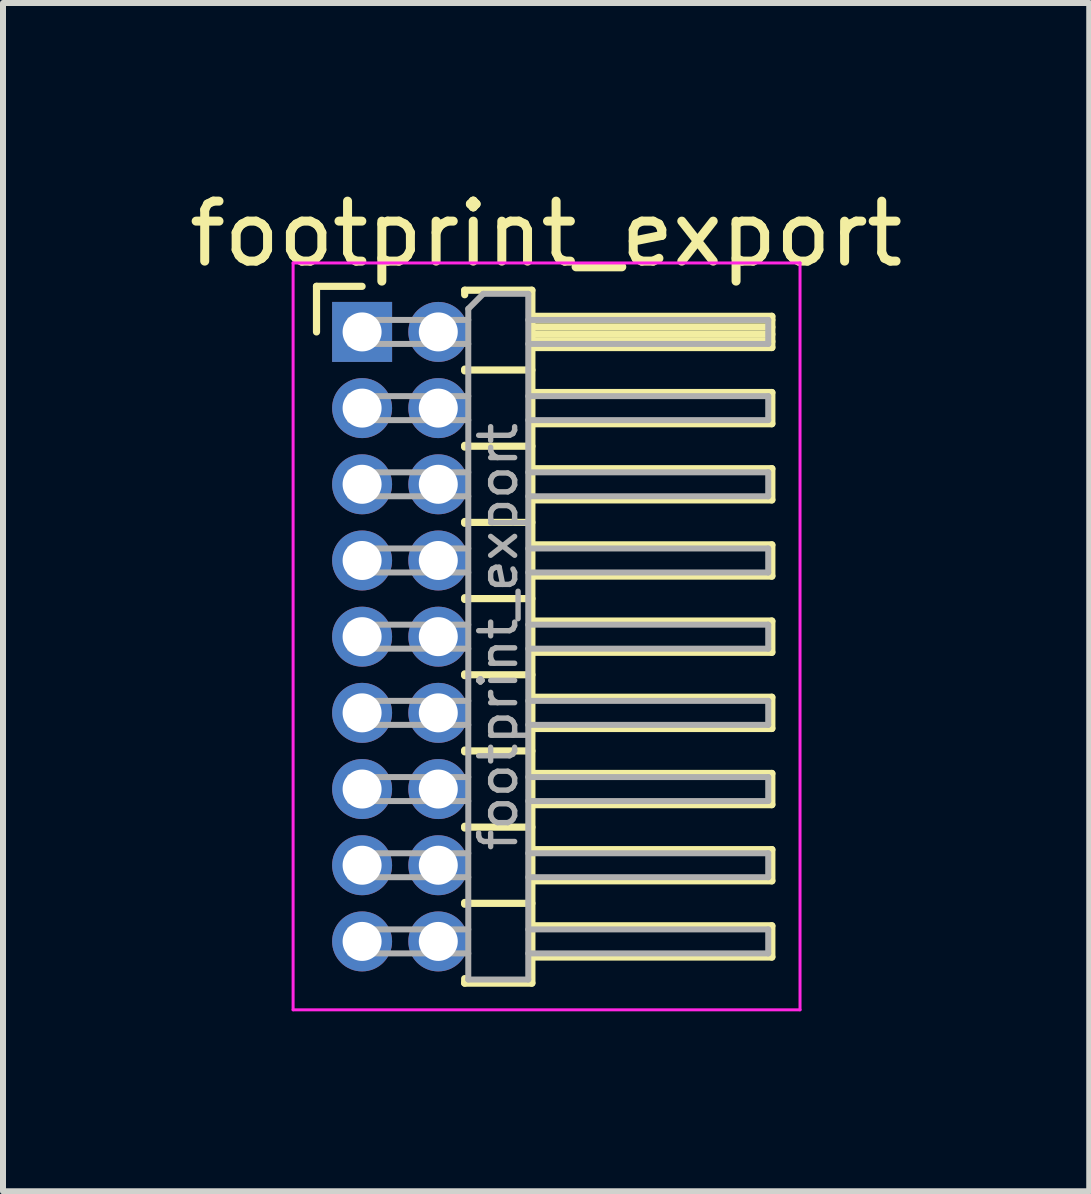
<source format=kicad_pcb>
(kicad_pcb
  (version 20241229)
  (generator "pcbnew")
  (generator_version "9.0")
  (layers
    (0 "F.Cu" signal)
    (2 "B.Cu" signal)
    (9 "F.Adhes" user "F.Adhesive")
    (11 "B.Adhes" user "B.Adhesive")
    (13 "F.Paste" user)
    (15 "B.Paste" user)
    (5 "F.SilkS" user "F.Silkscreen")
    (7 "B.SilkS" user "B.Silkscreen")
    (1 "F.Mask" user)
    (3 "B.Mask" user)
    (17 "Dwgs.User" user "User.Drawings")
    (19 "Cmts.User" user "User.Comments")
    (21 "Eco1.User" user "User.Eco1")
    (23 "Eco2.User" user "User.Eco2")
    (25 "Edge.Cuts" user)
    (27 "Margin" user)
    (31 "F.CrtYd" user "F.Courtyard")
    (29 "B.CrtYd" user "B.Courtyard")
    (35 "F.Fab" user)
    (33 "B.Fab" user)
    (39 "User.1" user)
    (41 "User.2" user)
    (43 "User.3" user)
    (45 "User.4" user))
  (footprint "footprint_export"
    (layer "F.Cu")
    (at 2.986 2.483)
    (property "Reference" "footprint_export" (at 3.067 -1.635 0) (layer "F.SilkS") (effects (font (size 1 1) (thickness 0.15))))
    (attr through_hole)
    (fp_line (start -0.76 -0.76) (end 0 -0.76) (stroke (width 0.12) (type solid)) (layer "F.SilkS"))
    (fp_line (start -0.76 0) (end -0.76 -0.76) (stroke (width 0.12) (type solid)) (layer "F.SilkS"))
    (fp_line (start 1.71 -0.695) (end 2.83 -0.695) (stroke (width 0.12) (type solid)) (layer "F.SilkS"))
    (fp_line (start 1.71 -0.62) (end 1.71 -0.695) (stroke (width 0.12) (type solid)) (layer "F.SilkS"))
    (fp_line (start 1.71 0.62) (end 1.71 0.65) (stroke (width 0.12) (type solid)) (layer "F.SilkS"))
    (fp_line (start 1.71 0.635) (end 2.83 0.635) (stroke (width 0.12) (type solid)) (layer "F.SilkS"))
    (fp_line (start 1.71 1.89) (end 1.71 1.92) (stroke (width 0.12) (type solid)) (layer "F.SilkS"))
    (fp_line (start 1.71 1.905) (end 2.83 1.905) (stroke (width 0.12) (type solid)) (layer "F.SilkS"))
    (fp_line (start 1.71 3.16) (end 1.71 3.19) (stroke (width 0.12) (type solid)) (layer "F.SilkS"))
    (fp_line (start 1.71 3.175) (end 2.83 3.175) (stroke (width 0.12) (type solid)) (layer "F.SilkS"))
    (fp_line (start 1.71 4.43) (end 1.71 4.46) (stroke (width 0.12) (type solid)) (layer "F.SilkS"))
    (fp_line (start 1.71 4.445) (end 2.83 4.445) (stroke (width 0.12) (type solid)) (layer "F.SilkS"))
    (fp_line (start 1.71 5.7) (end 1.71 5.73) (stroke (width 0.12) (type solid)) (layer "F.SilkS"))
    (fp_line (start 1.71 5.715) (end 2.83 5.715) (stroke (width 0.12) (type solid)) (layer "F.SilkS"))
    (fp_line (start 1.71 6.97) (end 1.71 7) (stroke (width 0.12) (type solid)) (layer "F.SilkS"))
    (fp_line (start 1.71 6.985) (end 2.83 6.985) (stroke (width 0.12) (type solid)) (layer "F.SilkS"))
    (fp_line (start 1.71 8.24) (end 1.71 8.27) (stroke (width 0.12) (type solid)) (layer "F.SilkS"))
    (fp_line (start 1.71 8.255) (end 2.83 8.255) (stroke (width 0.12) (type solid)) (layer "F.SilkS"))
    (fp_line (start 1.71 9.51) (end 1.71 9.54) (stroke (width 0.12) (type solid)) (layer "F.SilkS"))
    (fp_line (start 1.71 9.525) (end 2.83 9.525) (stroke (width 0.12) (type solid)) (layer "F.SilkS"))
    (fp_line (start 1.71 10.855) (end 1.71 10.78) (stroke (width 0.12) (type solid)) (layer "F.SilkS"))
    (fp_line (start 2.83 -0.695) (end 2.83 10.855) (stroke (width 0.12) (type solid)) (layer "F.SilkS"))
    (fp_line (start 2.83 -0.26) (end 6.83 -0.26) (stroke (width 0.12) (type solid)) (layer "F.SilkS"))
    (fp_line (start 2.83 -0.2) (end 6.83 -0.2) (stroke (width 0.12) (type solid)) (layer "F.SilkS"))
    (fp_line (start 2.83 -0.08) (end 6.83 -0.08) (stroke (width 0.12) (type solid)) (layer "F.SilkS"))
    (fp_line (start 2.83 0.04) (end 6.83 0.04) (stroke (width 0.12) (type solid)) (layer "F.SilkS"))
    (fp_line (start 2.83 0.16) (end 6.83 0.16) (stroke (width 0.12) (type solid)) (layer "F.SilkS"))
    (fp_line (start 2.83 1.01) (end 6.83 1.01) (stroke (width 0.12) (type solid)) (layer "F.SilkS"))
    (fp_line (start 2.83 2.28) (end 6.83 2.28) (stroke (width 0.12) (type solid)) (layer "F.SilkS"))
    (fp_line (start 2.83 3.55) (end 6.83 3.55) (stroke (width 0.12) (type solid)) (layer "F.SilkS"))
    (fp_line (start 2.83 4.82) (end 6.83 4.82) (stroke (width 0.12) (type solid)) (layer "F.SilkS"))
    (fp_line (start 2.83 6.09) (end 6.83 6.09) (stroke (width 0.12) (type solid)) (layer "F.SilkS"))
    (fp_line (start 2.83 7.36) (end 6.83 7.36) (stroke (width 0.12) (type solid)) (layer "F.SilkS"))
    (fp_line (start 2.83 8.63) (end 6.83 8.63) (stroke (width 0.12) (type solid)) (layer "F.SilkS"))
    (fp_line (start 2.83 9.9) (end 6.83 9.9) (stroke (width 0.12) (type solid)) (layer "F.SilkS"))
    (fp_line (start 2.83 10.855) (end 1.71 10.855) (stroke (width 0.12) (type solid)) (layer "F.SilkS"))
    (fp_line (start 6.83 -0.26) (end 6.83 0.26) (stroke (width 0.12) (type solid)) (layer "F.SilkS"))
    (fp_line (start 6.83 0.26) (end 2.83 0.26) (stroke (width 0.12) (type solid)) (layer "F.SilkS"))
    (fp_line (start 6.83 1.01) (end 6.83 1.53) (stroke (width 0.12) (type solid)) (layer "F.SilkS"))
    (fp_line (start 6.83 1.53) (end 2.83 1.53) (stroke (width 0.12) (type solid)) (layer "F.SilkS"))
    (fp_line (start 6.83 2.28) (end 6.83 2.8) (stroke (width 0.12) (type solid)) (layer "F.SilkS"))
    (fp_line (start 6.83 2.8) (end 2.83 2.8) (stroke (width 0.12) (type solid)) (layer "F.SilkS"))
    (fp_line (start 6.83 3.55) (end 6.83 4.07) (stroke (width 0.12) (type solid)) (layer "F.SilkS"))
    (fp_line (start 6.83 4.07) (end 2.83 4.07) (stroke (width 0.12) (type solid)) (layer "F.SilkS"))
    (fp_line (start 6.83 4.82) (end 6.83 5.34) (stroke (width 0.12) (type solid)) (layer "F.SilkS"))
    (fp_line (start 6.83 5.34) (end 2.83 5.34) (stroke (width 0.12) (type solid)) (layer "F.SilkS"))
    (fp_line (start 6.83 6.09) (end 6.83 6.61) (stroke (width 0.12) (type solid)) (layer "F.SilkS"))
    (fp_line (start 6.83 6.61) (end 2.83 6.61) (stroke (width 0.12) (type solid)) (layer "F.SilkS"))
    (fp_line (start 6.83 7.36) (end 6.83 7.88) (stroke (width 0.12) (type solid)) (layer "F.SilkS"))
    (fp_line (start 6.83 7.88) (end 2.83 7.88) (stroke (width 0.12) (type solid)) (layer "F.SilkS"))
    (fp_line (start 6.83 8.63) (end 6.83 9.15) (stroke (width 0.12) (type solid)) (layer "F.SilkS"))
    (fp_line (start 6.83 9.15) (end 2.83 9.15) (stroke (width 0.12) (type solid)) (layer "F.SilkS"))
    (fp_line (start 6.83 9.9) (end 6.83 10.42) (stroke (width 0.12) (type solid)) (layer "F.SilkS"))
    (fp_line (start 6.83 10.42) (end 2.83 10.42) (stroke (width 0.12) (type solid)) (layer "F.SilkS"))
    (fp_line (start -1.15 -1.15) (end -1.15 11.3) (stroke (width 0.05) (type solid)) (layer "F.CrtYd"))
    (fp_line (start -1.15 11.3) (end 7.3 11.3) (stroke (width 0.05) (type solid)) (layer "F.CrtYd"))
    (fp_line (start 7.3 -1.15) (end -1.15 -1.15) (stroke (width 0.05) (type solid)) (layer "F.CrtYd"))
    (fp_line (start 7.3 11.3) (end 7.3 -1.15) (stroke (width 0.05) (type solid)) (layer "F.CrtYd"))
    (fp_line (start -0.2 -0.2) (end -0.2 0.2) (stroke (width 0.1) (type solid)) (layer "F.Fab"))
    (fp_line (start -0.2 -0.2) (end 1.77 -0.2) (stroke (width 0.1) (type solid)) (layer "F.Fab"))
    (fp_line (start -0.2 0.2) (end 1.77 0.2) (stroke (width 0.1) (type solid)) (layer "F.Fab"))
    (fp_line (start -0.2 1.07) (end -0.2 1.47) (stroke (width 0.1) (type solid)) (layer "F.Fab"))
    (fp_line (start -0.2 1.07) (end 1.77 1.07) (stroke (width 0.1) (type solid)) (layer "F.Fab"))
    (fp_line (start -0.2 1.47) (end 1.77 1.47) (stroke (width 0.1) (type solid)) (layer "F.Fab"))
    (fp_line (start -0.2 2.34) (end -0.2 2.74) (stroke (width 0.1) (type solid)) (layer "F.Fab"))
    (fp_line (start -0.2 2.34) (end 1.77 2.34) (stroke (width 0.1) (type solid)) (layer "F.Fab"))
    (fp_line (start -0.2 2.74) (end 1.77 2.74) (stroke (width 0.1) (type solid)) (layer "F.Fab"))
    (fp_line (start -0.2 3.61) (end -0.2 4.01) (stroke (width 0.1) (type solid)) (layer "F.Fab"))
    (fp_line (start -0.2 3.61) (end 1.77 3.61) (stroke (width 0.1) (type solid)) (layer "F.Fab"))
    (fp_line (start -0.2 4.01) (end 1.77 4.01) (stroke (width 0.1) (type solid)) (layer "F.Fab"))
    (fp_line (start -0.2 4.88) (end -0.2 5.28) (stroke (width 0.1) (type solid)) (layer "F.Fab"))
    (fp_line (start -0.2 4.88) (end 1.77 4.88) (stroke (width 0.1) (type solid)) (layer "F.Fab"))
    (fp_line (start -0.2 5.28) (end 1.77 5.28) (stroke (width 0.1) (type solid)) (layer "F.Fab"))
    (fp_line (start -0.2 6.15) (end -0.2 6.55) (stroke (width 0.1) (type solid)) (layer "F.Fab"))
    (fp_line (start -0.2 6.15) (end 1.77 6.15) (stroke (width 0.1) (type solid)) (layer "F.Fab"))
    (fp_line (start -0.2 6.55) (end 1.77 6.55) (stroke (width 0.1) (type solid)) (layer "F.Fab"))
    (fp_line (start -0.2 7.42) (end -0.2 7.82) (stroke (width 0.1) (type solid)) (layer "F.Fab"))
    (fp_line (start -0.2 7.42) (end 1.77 7.42) (stroke (width 0.1) (type solid)) (layer "F.Fab"))
    (fp_line (start -0.2 7.82) (end 1.77 7.82) (stroke (width 0.1) (type solid)) (layer "F.Fab"))
    (fp_line (start -0.2 8.69) (end -0.2 9.09) (stroke (width 0.1) (type solid)) (layer "F.Fab"))
    (fp_line (start -0.2 8.69) (end 1.77 8.69) (stroke (width 0.1) (type solid)) (layer "F.Fab"))
    (fp_line (start -0.2 9.09) (end 1.77 9.09) (stroke (width 0.1) (type solid)) (layer "F.Fab"))
    (fp_line (start -0.2 9.96) (end -0.2 10.36) (stroke (width 0.1) (type solid)) (layer "F.Fab"))
    (fp_line (start -0.2 9.96) (end 1.77 9.96) (stroke (width 0.1) (type solid)) (layer "F.Fab"))
    (fp_line (start -0.2 10.36) (end 1.77 10.36) (stroke (width 0.1) (type solid)) (layer "F.Fab"))
    (fp_line (start 1.77 -0.385) (end 2.02 -0.635) (stroke (width 0.1) (type solid)) (layer "F.Fab"))
    (fp_line (start 1.77 10.795) (end 1.77 -0.385) (stroke (width 0.1) (type solid)) (layer "F.Fab"))
    (fp_line (start 2.02 -0.635) (end 2.77 -0.635) (stroke (width 0.1) (type solid)) (layer "F.Fab"))
    (fp_line (start 2.77 -0.635) (end 2.77 10.795) (stroke (width 0.1) (type solid)) (layer "F.Fab"))
    (fp_line (start 2.77 -0.2) (end 6.77 -0.2) (stroke (width 0.1) (type solid)) (layer "F.Fab"))
    (fp_line (start 2.77 0.2) (end 6.77 0.2) (stroke (width 0.1) (type solid)) (layer "F.Fab"))
    (fp_line (start 2.77 1.07) (end 6.77 1.07) (stroke (width 0.1) (type solid)) (layer "F.Fab"))
    (fp_line (start 2.77 1.47) (end 6.77 1.47) (stroke (width 0.1) (type solid)) (layer "F.Fab"))
    (fp_line (start 2.77 2.34) (end 6.77 2.34) (stroke (width 0.1) (type solid)) (layer "F.Fab"))
    (fp_line (start 2.77 2.74) (end 6.77 2.74) (stroke (width 0.1) (type solid)) (layer "F.Fab"))
    (fp_line (start 2.77 3.61) (end 6.77 3.61) (stroke (width 0.1) (type solid)) (layer "F.Fab"))
    (fp_line (start 2.77 4.01) (end 6.77 4.01) (stroke (width 0.1) (type solid)) (layer "F.Fab"))
    (fp_line (start 2.77 4.88) (end 6.77 4.88) (stroke (width 0.1) (type solid)) (layer "F.Fab"))
    (fp_line (start 2.77 5.28) (end 6.77 5.28) (stroke (width 0.1) (type solid)) (layer "F.Fab"))
    (fp_line (start 2.77 6.15) (end 6.77 6.15) (stroke (width 0.1) (type solid)) (layer "F.Fab"))
    (fp_line (start 2.77 6.55) (end 6.77 6.55) (stroke (width 0.1) (type solid)) (layer "F.Fab"))
    (fp_line (start 2.77 7.42) (end 6.77 7.42) (stroke (width 0.1) (type solid)) (layer "F.Fab"))
    (fp_line (start 2.77 7.82) (end 6.77 7.82) (stroke (width 0.1) (type solid)) (layer "F.Fab"))
    (fp_line (start 2.77 8.69) (end 6.77 8.69) (stroke (width 0.1) (type solid)) (layer "F.Fab"))
    (fp_line (start 2.77 9.09) (end 6.77 9.09) (stroke (width 0.1) (type solid)) (layer "F.Fab"))
    (fp_line (start 2.77 9.96) (end 6.77 9.96) (stroke (width 0.1) (type solid)) (layer "F.Fab"))
    (fp_line (start 2.77 10.36) (end 6.77 10.36) (stroke (width 0.1) (type solid)) (layer "F.Fab"))
    (fp_line (start 2.77 10.795) (end 1.77 10.795) (stroke (width 0.1) (type solid)) (layer "F.Fab"))
    (fp_line (start 6.77 -0.2) (end 6.77 0.2) (stroke (width 0.1) (type solid)) (layer "F.Fab"))
    (fp_line (start 6.77 1.07) (end 6.77 1.47) (stroke (width 0.1) (type solid)) (layer "F.Fab"))
    (fp_line (start 6.77 2.34) (end 6.77 2.74) (stroke (width 0.1) (type solid)) (layer "F.Fab"))
    (fp_line (start 6.77 3.61) (end 6.77 4.01) (stroke (width 0.1) (type solid)) (layer "F.Fab"))
    (fp_line (start 6.77 4.88) (end 6.77 5.28) (stroke (width 0.1) (type solid)) (layer "F.Fab"))
    (fp_line (start 6.77 6.15) (end 6.77 6.55) (stroke (width 0.1) (type solid)) (layer "F.Fab"))
    (fp_line (start 6.77 7.42) (end 6.77 7.82) (stroke (width 0.1) (type solid)) (layer "F.Fab"))
    (fp_line (start 6.77 8.69) (end 6.77 9.09) (stroke (width 0.1) (type solid)) (layer "F.Fab"))
    (fp_line (start 6.77 9.96) (end 6.77 10.36) (stroke (width 0.1) (type solid)) (layer "F.Fab"))
    (fp_text user "${REFERENCE}" (at 2.27 5.08 90) (layer "F.Fab") (effects (font (size 0.6 0.6) (thickness 0.09))))
    (pad "1" thru_hole rect (at 0 0) (size 1 1) (drill 0.65) (layers "*.Cu" "*.Mask"))
    (pad "2" thru_hole oval (at 1.27 0) (size 1 1) (drill 0.65) (layers "*.Cu" "*.Mask"))
    (pad "3" thru_hole oval (at 0 1.27) (size 1 1) (drill 0.65) (layers "*.Cu" "*.Mask"))
    (pad "4" thru_hole oval (at 1.27 1.27) (size 1 1) (drill 0.65) (layers "*.Cu" "*.Mask"))
    (pad "5" thru_hole oval (at 0 2.54) (size 1 1) (drill 0.65) (layers "*.Cu" "*.Mask"))
    (pad "6" thru_hole oval (at 1.27 2.54) (size 1 1) (drill 0.65) (layers "*.Cu" "*.Mask"))
    (pad "7" thru_hole oval (at 0 3.81) (size 1 1) (drill 0.65) (layers "*.Cu" "*.Mask"))
    (pad "8" thru_hole oval (at 1.27 3.81) (size 1 1) (drill 0.65) (layers "*.Cu" "*.Mask"))
    (pad "9" thru_hole oval (at 0 5.08) (size 1 1) (drill 0.65) (layers "*.Cu" "*.Mask"))
    (pad "10" thru_hole oval (at 1.27 5.08) (size 1 1) (drill 0.65) (layers "*.Cu" "*.Mask"))
    (pad "11" thru_hole oval (at 0 6.35) (size 1 1) (drill 0.65) (layers "*.Cu" "*.Mask"))
    (pad "12" thru_hole oval (at 1.27 6.35) (size 1 1) (drill 0.65) (layers "*.Cu" "*.Mask"))
    (pad "13" thru_hole oval (at 0 7.62) (size 1 1) (drill 0.65) (layers "*.Cu" "*.Mask"))
    (pad "14" thru_hole oval (at 1.27 7.62) (size 1 1) (drill 0.65) (layers "*.Cu" "*.Mask"))
    (pad "15" thru_hole oval (at 0 8.89) (size 1 1) (drill 0.65) (layers "*.Cu" "*.Mask"))
    (pad "16" thru_hole oval (at 1.27 8.89) (size 1 1) (drill 0.65) (layers "*.Cu" "*.Mask"))
    (pad "17" thru_hole oval (at 0 10.16) (size 1 1) (drill 0.65) (layers "*.Cu" "*.Mask"))
    (pad "18" thru_hole oval (at 1.27 10.16) (size 1 1) (drill 0.65) (layers "*.Cu" "*.Mask")))
  (gr_rect
    (start -3 -3)
    (end 15.107 16.808)
    (stroke (width 0.1) (type default))
    (fill no)
    (layer "Edge.Cuts")))
</source>
